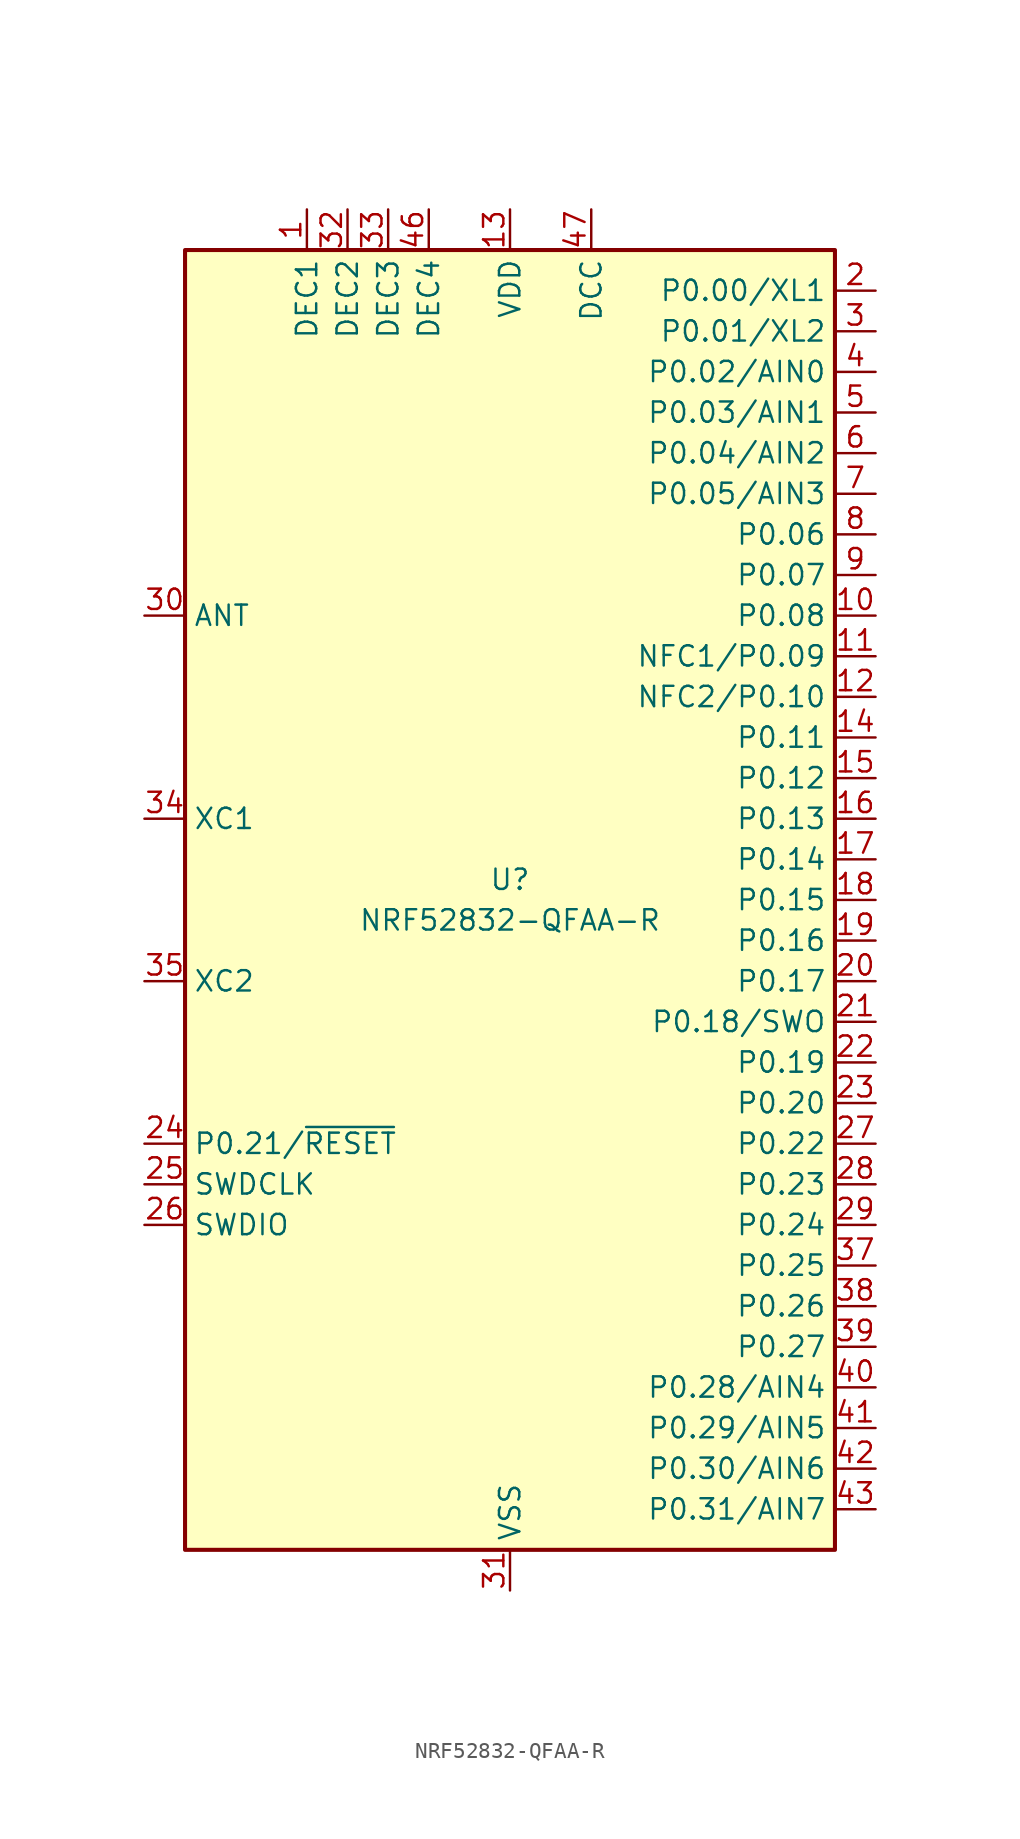
<source format=kicad_sym>
(kicad_symbol_lib
  (version 20211014)
  (generator kicad_symbol_editor)
  (symbol "NRF52832-QFAA-R"
    (property "Reference" "U"
      (at 0 1.27 0)
      (effects (font (size 1.27 1.27))))
    (property "Value" "NRF52832-QFAA-R"
      (at 0 -1.27 0)
      (effects (font (size 1.27 1.27))))
    (symbol "NRF52832-QFAA-R_0_1"
      (rectangle (start -20.32 40.64) (end 20.32 -40.64) (stroke (width 0.254) (type default) (color 0 0 0 0)) (fill (type background))))
    (symbol "NRF52832-QFAA-R_1_1"
      (pin passive line (at -12.7 43.18 270) (length 2.54) (name "DEC1" (effects (font (size 1.27 1.27)))) (number "1" (effects (font (size 1.27 1.27)))))
      (pin bidirectional line (at 22.86 17.78 180) (length 2.54) (name "P0.08" (effects (font (size 1.27 1.27)))) (number "10" (effects (font (size 1.27 1.27)))))
      (pin bidirectional line (at 22.86 15.24 180) (length 2.54) (name "NFC1/P0.09" (effects (font (size 1.27 1.27)))) (number "11" (effects (font (size 1.27 1.27)))))
      (pin bidirectional line (at 22.86 12.7 180) (length 2.54) (name "NFC2/P0.10" (effects (font (size 1.27 1.27)))) (number "12" (effects (font (size 1.27 1.27)))))
      (pin power_in line (at 0 43.18 270) (length 2.54) (name "VDD" (effects (font (size 1.27 1.27)))) (number "13" (effects (font (size 1.27 1.27)))))
      (pin bidirectional line (at 22.86 10.16 180) (length 2.54) (name "P0.11" (effects (font (size 1.27 1.27)))) (number "14" (effects (font (size 1.27 1.27)))))
      (pin bidirectional line (at 22.86 7.62 180) (length 2.54) (name "P0.12" (effects (font (size 1.27 1.27)))) (number "15" (effects (font (size 1.27 1.27)))))
      (pin bidirectional line (at 22.86 5.08 180) (length 2.54) (name "P0.13" (effects (font (size 1.27 1.27)))) (number "16" (effects (font (size 1.27 1.27)))))
      (pin bidirectional line (at 22.86 2.54 180) (length 2.54) (name "P0.14" (effects (font (size 1.27 1.27)))) (number "17" (effects (font (size 1.27 1.27)))))
      (pin bidirectional line (at 22.86 0 180) (length 2.54) (name "P0.15" (effects (font (size 1.27 1.27)))) (number "18" (effects (font (size 1.27 1.27)))))
      (pin bidirectional line (at 22.86 -2.54 180) (length 2.54) (name "P0.16" (effects (font (size 1.27 1.27)))) (number "19" (effects (font (size 1.27 1.27)))))
      (pin bidirectional line (at 22.86 38.1 180) (length 2.54) (name "P0.00/XL1" (effects (font (size 1.27 1.27)))) (number "2" (effects (font (size 1.27 1.27)))))
      (pin bidirectional line (at 22.86 -5.08 180) (length 2.54) (name "P0.17" (effects (font (size 1.27 1.27)))) (number "20" (effects (font (size 1.27 1.27)))))
      (pin bidirectional line (at 22.86 -7.62 180) (length 2.54) (name "P0.18/SWO" (effects (font (size 1.27 1.27)))) (number "21" (effects (font (size 1.27 1.27)))))
      (pin bidirectional line (at 22.86 -10.16 180) (length 2.54) (name "P0.19" (effects (font (size 1.27 1.27)))) (number "22" (effects (font (size 1.27 1.27)))))
      (pin bidirectional line (at 22.86 -12.7 180) (length 2.54) (name "P0.20" (effects (font (size 1.27 1.27)))) (number "23" (effects (font (size 1.27 1.27)))))
      (pin bidirectional line (at -22.86 -15.24 0) (length 2.54) (name "P0.21/~{RESET}" (effects (font (size 1.27 1.27)))) (number "24" (effects (font (size 1.27 1.27)))))
      (pin input line (at -22.86 -17.78 0) (length 2.54) (name "SWDCLK" (effects (font (size 1.27 1.27)))) (number "25" (effects (font (size 1.27 1.27)))))
      (pin bidirectional line (at -22.86 -20.32 0) (length 2.54) (name "SWDIO" (effects (font (size 1.27 1.27)))) (number "26" (effects (font (size 1.27 1.27)))))
      (pin bidirectional line (at 22.86 -15.24 180) (length 2.54) (name "P0.22" (effects (font (size 1.27 1.27)))) (number "27" (effects (font (size 1.27 1.27)))))
      (pin bidirectional line (at 22.86 -17.78 180) (length 2.54) (name "P0.23" (effects (font (size 1.27 1.27)))) (number "28" (effects (font (size 1.27 1.27)))))
      (pin bidirectional line (at 22.86 -20.32 180) (length 2.54) (name "P0.24" (effects (font (size 1.27 1.27)))) (number "29" (effects (font (size 1.27 1.27)))))
      (pin bidirectional line (at 22.86 35.56 180) (length 2.54) (name "P0.01/XL2" (effects (font (size 1.27 1.27)))) (number "3" (effects (font (size 1.27 1.27)))))
      (pin passive line (at -22.86 17.78 0) (length 2.54) (name "ANT" (effects (font (size 1.27 1.27)))) (number "30" (effects (font (size 1.27 1.27)))))
      (pin power_in line (at 0 -43.18 90) (length 2.54) (name "VSS" (effects (font (size 1.27 1.27)))) (number "31" (effects (font (size 1.27 1.27)))))
      (pin passive line (at -10.16 43.18 270) (length 2.54) (name "DEC2" (effects (font (size 1.27 1.27)))) (number "32" (effects (font (size 1.27 1.27)))))
      (pin passive line (at -7.62 43.18 270) (length 2.54) (name "DEC3" (effects (font (size 1.27 1.27)))) (number "33" (effects (font (size 1.27 1.27)))))
      (pin input line (at -22.86 5.08 0) (length 2.54) (name "XC1" (effects (font (size 1.27 1.27)))) (number "34" (effects (font (size 1.27 1.27)))))
      (pin input line (at -22.86 -5.08 0) (length 2.54) (name "XC2" (effects (font (size 1.27 1.27)))) (number "35" (effects (font (size 1.27 1.27)))))
      (pin passive line (at 0 43.18 270) (length 2.54) hide (name "VDD" (effects (font (size 1.27 1.27)))) (number "36" (effects (font (size 1.27 1.27)))))
      (pin bidirectional line (at 22.86 -22.86 180) (length 2.54) (name "P0.25" (effects (font (size 1.27 1.27)))) (number "37" (effects (font (size 1.27 1.27)))))
      (pin bidirectional line (at 22.86 -25.4 180) (length 2.54) (name "P0.26" (effects (font (size 1.27 1.27)))) (number "38" (effects (font (size 1.27 1.27)))))
      (pin bidirectional line (at 22.86 -27.94 180) (length 2.54) (name "P0.27" (effects (font (size 1.27 1.27)))) (number "39" (effects (font (size 1.27 1.27)))))
      (pin bidirectional line (at 22.86 33.02 180) (length 2.54) (name "P0.02/AIN0" (effects (font (size 1.27 1.27)))) (number "4" (effects (font (size 1.27 1.27)))))
      (pin bidirectional line (at 22.86 -30.48 180) (length 2.54) (name "P0.28/AIN4" (effects (font (size 1.27 1.27)))) (number "40" (effects (font (size 1.27 1.27)))))
      (pin bidirectional line (at 22.86 -33.02 180) (length 2.54) (name "P0.29/AIN5" (effects (font (size 1.27 1.27)))) (number "41" (effects (font (size 1.27 1.27)))))
      (pin bidirectional line (at 22.86 -35.56 180) (length 2.54) (name "P0.30/AIN6" (effects (font (size 1.27 1.27)))) (number "42" (effects (font (size 1.27 1.27)))))
      (pin bidirectional line (at 22.86 -38.1 180) (length 2.54) (name "P0.31/AIN7" (effects (font (size 1.27 1.27)))) (number "43" (effects (font (size 1.27 1.27)))))
      (pin no_connect line (at -20.32 -30.48 0) (length 2.54) hide (name "NC" (effects (font (size 1.27 1.27)))) (number "44" (effects (font (size 1.27 1.27)))))
      (pin passive line (at 0 -43.18 90) (length 2.54) hide (name "VSS" (effects (font (size 1.27 1.27)))) (number "45" (effects (font (size 1.27 1.27)))))
      (pin passive line (at -5.08 43.18 270) (length 2.54) (name "DEC4" (effects (font (size 1.27 1.27)))) (number "46" (effects (font (size 1.27 1.27)))))
      (pin power_out line (at 5.08 43.18 270) (length 2.54) (name "DCC" (effects (font (size 1.27 1.27)))) (number "47" (effects (font (size 1.27 1.27)))))
      (pin passive line (at 0 43.18 270) (length 2.54) hide (name "VDD" (effects (font (size 1.27 1.27)))) (number "48" (effects (font (size 1.27 1.27)))))
      (pin passive line (at 0 -43.18 90) (length 2.54) hide (name "VSS" (effects (font (size 1.27 1.27)))) (number "49" (effects (font (size 1.27 1.27)))))
      (pin bidirectional line (at 22.86 30.48 180) (length 2.54) (name "P0.03/AIN1" (effects (font (size 1.27 1.27)))) (number "5" (effects (font (size 1.27 1.27)))))
      (pin bidirectional line (at 22.86 27.94 180) (length 2.54) (name "P0.04/AIN2" (effects (font (size 1.27 1.27)))) (number "6" (effects (font (size 1.27 1.27)))))
      (pin bidirectional line (at 22.86 25.4 180) (length 2.54) (name "P0.05/AIN3" (effects (font (size 1.27 1.27)))) (number "7" (effects (font (size 1.27 1.27)))))
      (pin bidirectional line (at 22.86 22.86 180) (length 2.54) (name "P0.06" (effects (font (size 1.27 1.27)))) (number "8" (effects (font (size 1.27 1.27)))))
      (pin bidirectional line (at 22.86 20.32 180) (length 2.54) (name "P0.07" (effects (font (size 1.27 1.27)))) (number "9" (effects (font (size 1.27 1.27))))))))
</source>
